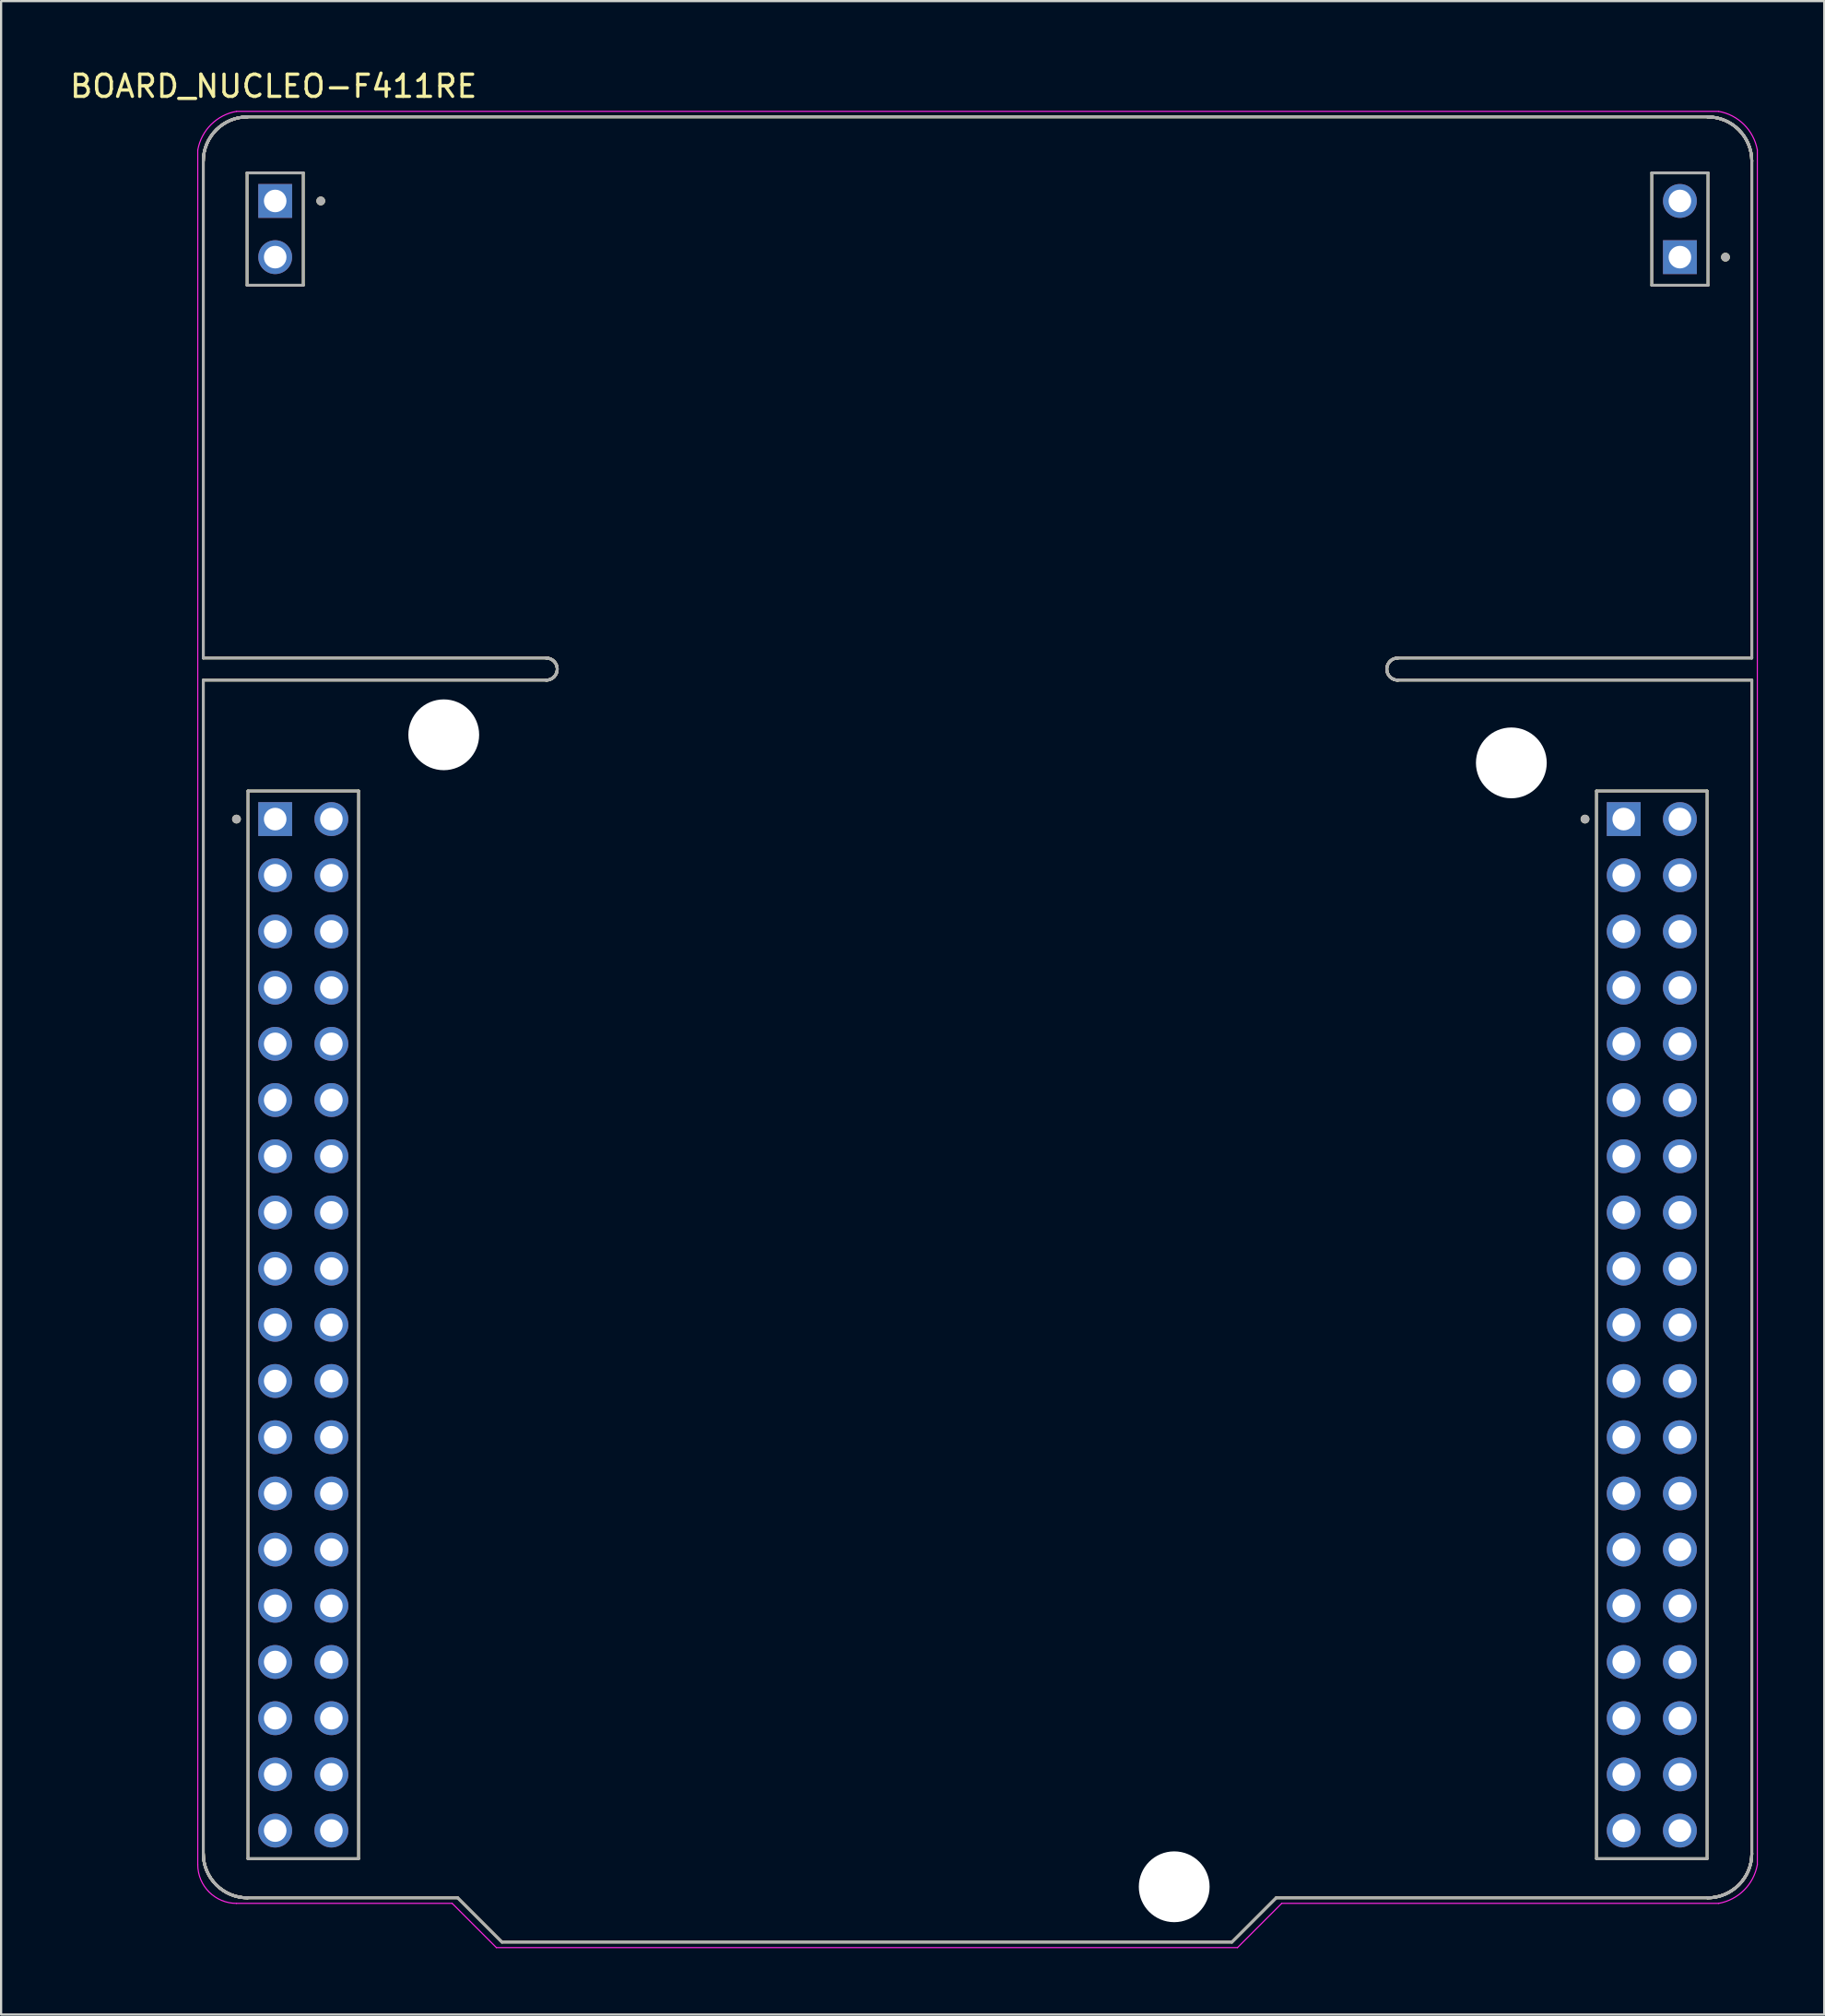
<source format=kicad_pcb>
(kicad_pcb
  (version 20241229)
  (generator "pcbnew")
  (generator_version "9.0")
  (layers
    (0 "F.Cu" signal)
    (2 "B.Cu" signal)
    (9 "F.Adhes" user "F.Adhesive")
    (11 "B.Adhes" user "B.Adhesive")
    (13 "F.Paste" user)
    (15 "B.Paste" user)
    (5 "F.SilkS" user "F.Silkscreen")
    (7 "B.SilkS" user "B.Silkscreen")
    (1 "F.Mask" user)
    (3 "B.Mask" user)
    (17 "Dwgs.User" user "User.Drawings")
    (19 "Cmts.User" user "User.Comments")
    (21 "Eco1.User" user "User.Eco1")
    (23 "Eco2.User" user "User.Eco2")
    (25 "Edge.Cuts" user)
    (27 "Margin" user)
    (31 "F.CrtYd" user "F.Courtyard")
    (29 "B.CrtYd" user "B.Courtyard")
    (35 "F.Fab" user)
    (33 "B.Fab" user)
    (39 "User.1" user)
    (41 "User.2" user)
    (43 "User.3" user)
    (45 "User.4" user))
  (footprint "BOARD_NUCLEO-F411RE"
    (layer "F.Cu")
    (at 41.14 43.483)
    (property "Reference" "BOARD_NUCLEO-F411RE" (at -31.825 -42.635 0) (layer "F.SilkS") (effects (font (size 1 1) (thickness 0.15))))
    (attr through_hole)
    (fp_line (start -35 -39.25) (end -35 -16.79) (stroke (width 0.127) (type solid)) (layer "F.SilkS"))
    (fp_line (start -35 -16.79) (end -19.5 -16.79) (stroke (width 0.127) (type solid)) (layer "F.SilkS"))
    (fp_line (start -35 -15.79) (end -35 37.25) (stroke (width 0.127) (type solid)) (layer "F.SilkS"))
    (fp_line (start -33.02 -38.72) (end -33.02 -33.64) (stroke (width 0.127) (type solid)) (layer "F.SilkS"))
    (fp_line (start -33.02 -33.64) (end -30.48 -33.64) (stroke (width 0.127) (type solid)) (layer "F.SilkS"))
    (fp_line (start -33 39.25) (end -23.5 39.25) (stroke (width 0.127) (type solid)) (layer "F.SilkS"))
    (fp_line (start -32.98 -10.78) (end -32.98 37.48) (stroke (width 0.127) (type solid)) (layer "F.SilkS"))
    (fp_line (start -32.98 37.48) (end -27.98 37.48) (stroke (width 0.127) (type solid)) (layer "F.SilkS"))
    (fp_line (start -30.48 -38.72) (end -33.02 -38.72) (stroke (width 0.127) (type solid)) (layer "F.SilkS"))
    (fp_line (start -30.48 -33.64) (end -30.48 -38.72) (stroke (width 0.127) (type solid)) (layer "F.SilkS"))
    (fp_line (start -27.98 -10.78) (end -32.98 -10.78) (stroke (width 0.127) (type solid)) (layer "F.SilkS"))
    (fp_line (start -27.98 37.48) (end -27.98 -10.78) (stroke (width 0.127) (type solid)) (layer "F.SilkS"))
    (fp_line (start -23.5 39.25) (end -21.5 41.25) (stroke (width 0.127) (type solid)) (layer "F.SilkS"))
    (fp_line (start -21.5 41.25) (end 11.5 41.25) (stroke (width 0.127) (type solid)) (layer "F.SilkS"))
    (fp_line (start -19.5 -15.79) (end -35 -15.79) (stroke (width 0.127) (type solid)) (layer "F.SilkS"))
    (fp_line (start 11.5 41.25) (end 13.5 39.25) (stroke (width 0.127) (type solid)) (layer "F.SilkS"))
    (fp_line (start 13.5 39.25) (end 33 39.25) (stroke (width 0.127) (type solid)) (layer "F.SilkS"))
    (fp_line (start 19 -16.79) (end 35 -16.79) (stroke (width 0.127) (type solid)) (layer "F.SilkS"))
    (fp_line (start 27.98 -10.78) (end 27.98 37.48) (stroke (width 0.127) (type solid)) (layer "F.SilkS"))
    (fp_line (start 27.98 37.48) (end 32.98 37.48) (stroke (width 0.127) (type solid)) (layer "F.SilkS"))
    (fp_line (start 30.48 -38.72) (end 30.48 -33.64) (stroke (width 0.127) (type solid)) (layer "F.SilkS"))
    (fp_line (start 30.48 -33.64) (end 33.02 -33.64) (stroke (width 0.127) (type solid)) (layer "F.SilkS"))
    (fp_line (start 32.98 -10.78) (end 27.98 -10.78) (stroke (width 0.127) (type solid)) (layer "F.SilkS"))
    (fp_line (start 32.98 37.48) (end 32.98 -10.78) (stroke (width 0.127) (type solid)) (layer "F.SilkS"))
    (fp_line (start 33 -41.25) (end -33 -41.25) (stroke (width 0.127) (type solid)) (layer "F.SilkS"))
    (fp_line (start 33.02 -38.72) (end 30.48 -38.72) (stroke (width 0.127) (type solid)) (layer "F.SilkS"))
    (fp_line (start 33.02 -33.64) (end 33.02 -38.72) (stroke (width 0.127) (type solid)) (layer "F.SilkS"))
    (fp_line (start 35 -16.79) (end 35 -39.25) (stroke (width 0.127) (type solid)) (layer "F.SilkS"))
    (fp_line (start 35 -15.79) (end 19 -15.79) (stroke (width 0.127) (type solid)) (layer "F.SilkS"))
    (fp_line (start 35 37.25) (end 35 -15.79) (stroke (width 0.127) (type solid)) (layer "F.SilkS"))
    (fp_arc (start -35 -39.25) (mid -34.414214 -40.664214) (end -33 -41.25) (stroke (width 0.127) (type solid)) (layer "F.SilkS"))
    (fp_arc (start -35 -39.25) (mid -34.414214 -40.664214) (end -33 -41.25) (stroke (width 0.127) (type solid)) (layer "F.SilkS"))
    (fp_arc (start -35 -39.25) (mid -34.414214 -40.664214) (end -33 -41.25) (stroke (width 0.127) (type solid)) (layer "F.SilkS"))
    (fp_arc (start -33 39.25) (mid -34.414214 38.664214) (end -35 37.25) (stroke (width 0.127) (type solid)) (layer "F.SilkS"))
    (fp_arc (start -33 39.25) (mid -34.414214 38.664214) (end -35 37.25) (stroke (width 0.127) (type solid)) (layer "F.SilkS"))
    (fp_arc (start -33 39.25) (mid -34.414214 38.664214) (end -35 37.25) (stroke (width 0.127) (type solid)) (layer "F.SilkS"))
    (fp_arc (start -19.5 -16.79) (mid -19 -16.29) (end -19.5 -15.79) (stroke (width 0.127) (type solid)) (layer "F.SilkS"))
    (fp_arc (start -19.5 -16.79) (mid -19 -16.29) (end -19.5 -15.79) (stroke (width 0.127) (type solid)) (layer "F.SilkS"))
    (fp_arc (start -19.5 -16.79) (mid -19 -16.29) (end -19.5 -15.79) (stroke (width 0.127) (type solid)) (layer "F.SilkS"))
    (fp_arc (start 19 -15.79) (mid 18.5 -16.29) (end 19 -16.79) (stroke (width 0.127) (type solid)) (layer "F.SilkS"))
    (fp_arc (start 19 -15.79) (mid 18.5 -16.29) (end 19 -16.79) (stroke (width 0.127) (type solid)) (layer "F.SilkS"))
    (fp_arc (start 19 -15.79) (mid 18.5 -16.29) (end 19 -16.79) (stroke (width 0.127) (type solid)) (layer "F.SilkS"))
    (fp_arc (start 33 -41.25) (mid 34.414214 -40.664214) (end 35 -39.25) (stroke (width 0.127) (type solid)) (layer "F.SilkS"))
    (fp_arc (start 33 -41.25) (mid 34.414214 -40.664214) (end 35 -39.25) (stroke (width 0.127) (type solid)) (layer "F.SilkS"))
    (fp_arc (start 33 -41.25) (mid 34.414214 -40.664214) (end 35 -39.25) (stroke (width 0.127) (type solid)) (layer "F.SilkS"))
    (fp_arc (start 35 37.25) (mid 34.414214 38.664214) (end 33 39.25) (stroke (width 0.127) (type solid)) (layer "F.SilkS"))
    (fp_arc (start 35 37.25) (mid 34.414214 38.664214) (end 33 39.25) (stroke (width 0.127) (type solid)) (layer "F.SilkS"))
    (fp_arc (start 35 37.25) (mid 34.414214 38.664214) (end 33 39.25) (stroke (width 0.127) (type solid)) (layer "F.SilkS"))
    (fp_circle (center -33.5 -9.51) (end -33.4 -9.51) (stroke (width 0.2) (type solid)) (fill no) (layer "F.SilkS"))
    (fp_circle (center -29.69 -37.45) (end -29.59 -37.45) (stroke (width 0.2) (type solid)) (fill no) (layer "F.SilkS"))
    (fp_circle (center 27.46 -9.51) (end 27.56 -9.51) (stroke (width 0.2) (type solid)) (fill no) (layer "F.SilkS"))
    (fp_circle (center 33.81 -34.91) (end 33.91 -34.91) (stroke (width 0.2) (type solid)) (fill no) (layer "F.SilkS"))
    (fp_line (start -35.25 37.75) (end -35.25 -39.75) (stroke (width 0.05) (type solid)) (layer "F.CrtYd"))
    (fp_line (start -33.5 -41.5) (end 33.5 -41.5) (stroke (width 0.05) (type solid)) (layer "F.CrtYd"))
    (fp_line (start -23.75 39.5) (end -33.5 39.5) (stroke (width 0.05) (type solid)) (layer "F.CrtYd"))
    (fp_line (start -21.75 41.5) (end -23.75 39.5) (stroke (width 0.05) (type solid)) (layer "F.CrtYd"))
    (fp_line (start 11.75 41.5) (end -21.75 41.5) (stroke (width 0.05) (type solid)) (layer "F.CrtYd"))
    (fp_line (start 13.75 39.5) (end 11.75 41.5) (stroke (width 0.05) (type solid)) (layer "F.CrtYd"))
    (fp_line (start 33.5 39.5) (end 13.75 39.5) (stroke (width 0.05) (type solid)) (layer "F.CrtYd"))
    (fp_line (start 35.25 -39.75) (end 35.25 37.75) (stroke (width 0.05) (type solid)) (layer "F.CrtYd"))
    (fp_arc (start -35.25 -39.749999) (mid -34.650887 -40.900886) (end -33.5 -41.5) (stroke (width 0.05) (type solid)) (layer "F.CrtYd"))
    (fp_arc (start -33.5 39.5) (mid -34.737437 38.987437) (end -35.25 37.75) (stroke (width 0.05) (type solid)) (layer "F.CrtYd"))
    (fp_arc (start 33.499999 -41.5) (mid 34.650886 -40.900887) (end 35.25 -39.75) (stroke (width 0.05) (type solid)) (layer "F.CrtYd"))
    (fp_arc (start 35.25 37.749999) (mid 34.650887 38.900886) (end 33.5 39.5) (stroke (width 0.05) (type solid)) (layer "F.CrtYd"))
    (fp_line (start -35 -39.25) (end -35 -16.79) (stroke (width 0.127) (type solid)) (layer "F.Fab"))
    (fp_line (start -35 -16.79) (end -19.5 -16.79) (stroke (width 0.127) (type solid)) (layer "F.Fab"))
    (fp_line (start -35 -15.79) (end -35 37.25) (stroke (width 0.127) (type solid)) (layer "F.Fab"))
    (fp_line (start -33.02 -38.72) (end -33.02 -33.64) (stroke (width 0.127) (type solid)) (layer "F.Fab"))
    (fp_line (start -33.02 -33.64) (end -30.48 -33.64) (stroke (width 0.127) (type solid)) (layer "F.Fab"))
    (fp_line (start -33 39.25) (end -23.5 39.25) (stroke (width 0.127) (type solid)) (layer "F.Fab"))
    (fp_line (start -32.98 -10.78) (end -32.98 37.48) (stroke (width 0.127) (type solid)) (layer "F.Fab"))
    (fp_line (start -32.98 37.48) (end -27.98 37.48) (stroke (width 0.127) (type solid)) (layer "F.Fab"))
    (fp_line (start -30.48 -38.72) (end -33.02 -38.72) (stroke (width 0.127) (type solid)) (layer "F.Fab"))
    (fp_line (start -30.48 -33.64) (end -30.48 -38.72) (stroke (width 0.127) (type solid)) (layer "F.Fab"))
    (fp_line (start -27.98 -10.78) (end -32.98 -10.78) (stroke (width 0.127) (type solid)) (layer "F.Fab"))
    (fp_line (start -27.98 37.48) (end -27.98 -10.78) (stroke (width 0.127) (type solid)) (layer "F.Fab"))
    (fp_line (start -23.5 39.25) (end -21.5 41.25) (stroke (width 0.127) (type solid)) (layer "F.Fab"))
    (fp_line (start -21.5 41.25) (end 11.5 41.25) (stroke (width 0.127) (type solid)) (layer "F.Fab"))
    (fp_line (start -19.5 -15.79) (end -35 -15.79) (stroke (width 0.127) (type solid)) (layer "F.Fab"))
    (fp_line (start 11.5 41.25) (end 13.5 39.25) (stroke (width 0.127) (type solid)) (layer "F.Fab"))
    (fp_line (start 13.5 39.25) (end 33 39.25) (stroke (width 0.127) (type solid)) (layer "F.Fab"))
    (fp_line (start 19 -16.79) (end 35 -16.79) (stroke (width 0.127) (type solid)) (layer "F.Fab"))
    (fp_line (start 27.98 -10.78) (end 27.98 37.48) (stroke (width 0.127) (type solid)) (layer "F.Fab"))
    (fp_line (start 27.98 37.48) (end 32.98 37.48) (stroke (width 0.127) (type solid)) (layer "F.Fab"))
    (fp_line (start 30.48 -38.72) (end 30.48 -33.64) (stroke (width 0.127) (type solid)) (layer "F.Fab"))
    (fp_line (start 30.48 -33.64) (end 33.02 -33.64) (stroke (width 0.127) (type solid)) (layer "F.Fab"))
    (fp_line (start 32.98 -10.78) (end 27.98 -10.78) (stroke (width 0.127) (type solid)) (layer "F.Fab"))
    (fp_line (start 32.98 37.48) (end 32.98 -10.78) (stroke (width 0.127) (type solid)) (layer "F.Fab"))
    (fp_line (start 33 -41.25) (end -33 -41.25) (stroke (width 0.127) (type solid)) (layer "F.Fab"))
    (fp_line (start 33.02 -38.72) (end 30.48 -38.72) (stroke (width 0.127) (type solid)) (layer "F.Fab"))
    (fp_line (start 33.02 -33.64) (end 33.02 -38.72) (stroke (width 0.127) (type solid)) (layer "F.Fab"))
    (fp_line (start 35 -16.79) (end 35 -39.25) (stroke (width 0.127) (type solid)) (layer "F.Fab"))
    (fp_line (start 35 -15.79) (end 19 -15.79) (stroke (width 0.127) (type solid)) (layer "F.Fab"))
    (fp_line (start 35 37.25) (end 35 -15.79) (stroke (width 0.127) (type solid)) (layer "F.Fab"))
    (fp_arc (start -35 -39.25) (mid -34.414214 -40.664214) (end -33 -41.25) (stroke (width 0.127) (type solid)) (layer "F.Fab"))
    (fp_arc (start -35 -39.25) (mid -34.414214 -40.664214) (end -33 -41.25) (stroke (width 0.127) (type solid)) (layer "F.Fab"))
    (fp_arc (start -35 -39.25) (mid -34.414214 -40.664214) (end -33 -41.25) (stroke (width 0.127) (type solid)) (layer "F.Fab"))
    (fp_arc (start -33 39.25) (mid -34.414214 38.664214) (end -35 37.25) (stroke (width 0.127) (type solid)) (layer "F.Fab"))
    (fp_arc (start -33 39.25) (mid -34.414214 38.664214) (end -35 37.25) (stroke (width 0.127) (type solid)) (layer "F.Fab"))
    (fp_arc (start -33 39.25) (mid -34.414214 38.664214) (end -35 37.25) (stroke (width 0.127) (type solid)) (layer "F.Fab"))
    (fp_arc (start -19.5 -16.79) (mid -19 -16.29) (end -19.5 -15.79) (stroke (width 0.127) (type solid)) (layer "F.Fab"))
    (fp_arc (start -19.5 -16.79) (mid -19 -16.29) (end -19.5 -15.79) (stroke (width 0.127) (type solid)) (layer "F.Fab"))
    (fp_arc (start -19.5 -16.79) (mid -19 -16.29) (end -19.5 -15.79) (stroke (width 0.127) (type solid)) (layer "F.Fab"))
    (fp_arc (start 19 -15.79) (mid 18.5 -16.29) (end 19 -16.79) (stroke (width 0.127) (type solid)) (layer "F.Fab"))
    (fp_arc (start 19 -15.79) (mid 18.5 -16.29) (end 19 -16.79) (stroke (width 0.127) (type solid)) (layer "F.Fab"))
    (fp_arc (start 19 -15.79) (mid 18.5 -16.29) (end 19 -16.79) (stroke (width 0.127) (type solid)) (layer "F.Fab"))
    (fp_arc (start 33 -41.25) (mid 34.414214 -40.664214) (end 35 -39.25) (stroke (width 0.127) (type solid)) (layer "F.Fab"))
    (fp_arc (start 33 -41.25) (mid 34.414214 -40.664214) (end 35 -39.25) (stroke (width 0.127) (type solid)) (layer "F.Fab"))
    (fp_arc (start 33 -41.25) (mid 34.414214 -40.664214) (end 35 -39.25) (stroke (width 0.127) (type solid)) (layer "F.Fab"))
    (fp_arc (start 35 37.25) (mid 34.414214 38.664214) (end 33 39.25) (stroke (width 0.127) (type solid)) (layer "F.Fab"))
    (fp_arc (start 35 37.25) (mid 34.414214 38.664214) (end 33 39.25) (stroke (width 0.127) (type solid)) (layer "F.Fab"))
    (fp_arc (start 35 37.25) (mid 34.414214 38.664214) (end 33 39.25) (stroke (width 0.127) (type solid)) (layer "F.Fab"))
    (fp_circle (center -33.5 -9.51) (end -33.4 -9.51) (stroke (width 0.2) (type solid)) (fill no) (layer "F.Fab"))
    (fp_circle (center -29.69 -37.45) (end -29.59 -37.45) (stroke (width 0.2) (type solid)) (fill no) (layer "F.Fab"))
    (fp_circle (center 27.46 -9.51) (end 27.56 -9.51) (stroke (width 0.2) (type solid)) (fill no) (layer "F.Fab"))
    (fp_circle (center 33.81 -34.91) (end 33.91 -34.91) (stroke (width 0.2) (type solid)) (fill no) (layer "F.Fab"))
    (pad "" np_thru_hole circle (at -24.13 -13.32) (size 3.2 3.2) (drill 3.2) (layers "*.Cu" "*.Mask"))
    (pad "" np_thru_hole circle (at 8.89 38.75) (size 3.2 3.2) (drill 3.2) (layers "*.Cu" "*.Mask"))
    (pad "" np_thru_hole circle (at 24.13 -12.05) (size 3.2 3.2) (drill 3.2) (layers "*.Cu" "*.Mask"))
    (pad "CN7_1" thru_hole rect (at -31.75 -9.51) (size 1.53 1.53) (drill 1.02) (layers "*.Cu" "*.Mask"))
    (pad "CN7_2" thru_hole circle (at -29.21 -9.51) (size 1.53 1.53) (drill 1.02) (layers "*.Cu" "*.Mask"))
    (pad "CN7_3" thru_hole circle (at -31.75 -6.97) (size 1.53 1.53) (drill 1.02) (layers "*.Cu" "*.Mask"))
    (pad "CN7_4" thru_hole circle (at -29.21 -6.97) (size 1.53 1.53) (drill 1.02) (layers "*.Cu" "*.Mask"))
    (pad "CN7_5" thru_hole circle (at -31.75 -4.43) (size 1.53 1.53) (drill 1.02) (layers "*.Cu" "*.Mask"))
    (pad "CN7_6" thru_hole circle (at -29.21 -4.43) (size 1.53 1.53) (drill 1.02) (layers "*.Cu" "*.Mask"))
    (pad "CN7_7" thru_hole circle (at -31.75 -1.89) (size 1.53 1.53) (drill 1.02) (layers "*.Cu" "*.Mask"))
    (pad "CN7_8" thru_hole circle (at -29.21 -1.89) (size 1.53 1.53) (drill 1.02) (layers "*.Cu" "*.Mask"))
    (pad "CN7_9" thru_hole circle (at -31.75 0.65) (size 1.53 1.53) (drill 1.02) (layers "*.Cu" "*.Mask"))
    (pad "CN7_10" thru_hole circle (at -29.21 0.65) (size 1.53 1.53) (drill 1.02) (layers "*.Cu" "*.Mask"))
    (pad "CN7_11" thru_hole circle (at -31.75 3.19) (size 1.53 1.53) (drill 1.02) (layers "*.Cu" "*.Mask"))
    (pad "CN7_12" thru_hole circle (at -29.21 3.19) (size 1.53 1.53) (drill 1.02) (layers "*.Cu" "*.Mask"))
    (pad "CN7_13" thru_hole circle (at -31.75 5.73) (size 1.53 1.53) (drill 1.02) (layers "*.Cu" "*.Mask"))
    (pad "CN7_14" thru_hole circle (at -29.21 5.73) (size 1.53 1.53) (drill 1.02) (layers "*.Cu" "*.Mask"))
    (pad "CN7_15" thru_hole circle (at -31.75 8.27) (size 1.53 1.53) (drill 1.02) (layers "*.Cu" "*.Mask"))
    (pad "CN7_16" thru_hole circle (at -29.21 8.27) (size 1.53 1.53) (drill 1.02) (layers "*.Cu" "*.Mask"))
    (pad "CN7_17" thru_hole circle (at -31.75 10.81) (size 1.53 1.53) (drill 1.02) (layers "*.Cu" "*.Mask"))
    (pad "CN7_18" thru_hole circle (at -29.21 10.81) (size 1.53 1.53) (drill 1.02) (layers "*.Cu" "*.Mask"))
    (pad "CN7_19" thru_hole circle (at -31.75 13.35) (size 1.53 1.53) (drill 1.02) (layers "*.Cu" "*.Mask"))
    (pad "CN7_20" thru_hole circle (at -29.21 13.35) (size 1.53 1.53) (drill 1.02) (layers "*.Cu" "*.Mask"))
    (pad "CN7_21" thru_hole circle (at -31.75 15.89) (size 1.53 1.53) (drill 1.02) (layers "*.Cu" "*.Mask"))
    (pad "CN7_22" thru_hole circle (at -29.21 15.89) (size 1.53 1.53) (drill 1.02) (layers "*.Cu" "*.Mask"))
    (pad "CN7_23" thru_hole circle (at -31.75 18.43) (size 1.53 1.53) (drill 1.02) (layers "*.Cu" "*.Mask"))
    (pad "CN7_24" thru_hole circle (at -29.21 18.43) (size 1.53 1.53) (drill 1.02) (layers "*.Cu" "*.Mask"))
    (pad "CN7_25" thru_hole circle (at -31.75 20.97) (size 1.53 1.53) (drill 1.02) (layers "*.Cu" "*.Mask"))
    (pad "CN7_26" thru_hole circle (at -29.21 20.97) (size 1.53 1.53) (drill 1.02) (layers "*.Cu" "*.Mask"))
    (pad "CN7_27" thru_hole circle (at -31.75 23.51) (size 1.53 1.53) (drill 1.02) (layers "*.Cu" "*.Mask"))
    (pad "CN7_28" thru_hole circle (at -29.21 23.51) (size 1.53 1.53) (drill 1.02) (layers "*.Cu" "*.Mask"))
    (pad "CN7_29" thru_hole circle (at -31.75 26.05) (size 1.53 1.53) (drill 1.02) (layers "*.Cu" "*.Mask"))
    (pad "CN7_30" thru_hole circle (at -29.21 26.05) (size 1.53 1.53) (drill 1.02) (layers "*.Cu" "*.Mask"))
    (pad "CN7_31" thru_hole circle (at -31.75 28.59) (size 1.53 1.53) (drill 1.02) (layers "*.Cu" "*.Mask"))
    (pad "CN7_32" thru_hole circle (at -29.21 28.59) (size 1.53 1.53) (drill 1.02) (layers "*.Cu" "*.Mask"))
    (pad "CN7_33" thru_hole circle (at -31.75 31.13) (size 1.53 1.53) (drill 1.02) (layers "*.Cu" "*.Mask"))
    (pad "CN7_34" thru_hole circle (at -29.21 31.13) (size 1.53 1.53) (drill 1.02) (layers "*.Cu" "*.Mask"))
    (pad "CN7_35" thru_hole circle (at -31.75 33.67) (size 1.53 1.53) (drill 1.02) (layers "*.Cu" "*.Mask"))
    (pad "CN7_36" thru_hole circle (at -29.21 33.67) (size 1.53 1.53) (drill 1.02) (layers "*.Cu" "*.Mask"))
    (pad "CN7_37" thru_hole circle (at -31.75 36.21) (size 1.53 1.53) (drill 1.02) (layers "*.Cu" "*.Mask"))
    (pad "CN7_38" thru_hole circle (at -29.21 36.21) (size 1.53 1.53) (drill 1.02) (layers "*.Cu" "*.Mask"))
    (pad "CN10_1" thru_hole rect (at 29.21 -9.51) (size 1.53 1.53) (drill 1.02) (layers "*.Cu" "*.Mask"))
    (pad "CN10_2" thru_hole circle (at 31.75 -9.51) (size 1.53 1.53) (drill 1.02) (layers "*.Cu" "*.Mask"))
    (pad "CN10_3" thru_hole circle (at 29.21 -6.97) (size 1.53 1.53) (drill 1.02) (layers "*.Cu" "*.Mask"))
    (pad "CN10_4" thru_hole circle (at 31.75 -6.97) (size 1.53 1.53) (drill 1.02) (layers "*.Cu" "*.Mask"))
    (pad "CN10_5" thru_hole circle (at 29.21 -4.43) (size 1.53 1.53) (drill 1.02) (layers "*.Cu" "*.Mask"))
    (pad "CN10_6" thru_hole circle (at 31.75 -4.43) (size 1.53 1.53) (drill 1.02) (layers "*.Cu" "*.Mask"))
    (pad "CN10_7" thru_hole circle (at 29.21 -1.89) (size 1.53 1.53) (drill 1.02) (layers "*.Cu" "*.Mask"))
    (pad "CN10_8" thru_hole circle (at 31.75 -1.89) (size 1.53 1.53) (drill 1.02) (layers "*.Cu" "*.Mask"))
    (pad "CN10_9" thru_hole circle (at 29.21 0.65) (size 1.53 1.53) (drill 1.02) (layers "*.Cu" "*.Mask"))
    (pad "CN10_10" thru_hole circle (at 31.75 0.65) (size 1.53 1.53) (drill 1.02) (layers "*.Cu" "*.Mask"))
    (pad "CN10_11" thru_hole circle (at 29.21 3.19) (size 1.53 1.53) (drill 1.02) (layers "*.Cu" "*.Mask"))
    (pad "CN10_12" thru_hole circle (at 31.75 3.19) (size 1.53 1.53) (drill 1.02) (layers "*.Cu" "*.Mask"))
    (pad "CN10_13" thru_hole circle (at 29.21 5.73) (size 1.53 1.53) (drill 1.02) (layers "*.Cu" "*.Mask"))
    (pad "CN10_14" thru_hole circle (at 31.75 5.73) (size 1.53 1.53) (drill 1.02) (layers "*.Cu" "*.Mask"))
    (pad "CN10_15" thru_hole circle (at 29.21 8.27) (size 1.53 1.53) (drill 1.02) (layers "*.Cu" "*.Mask"))
    (pad "CN10_16" thru_hole circle (at 31.75 8.27) (size 1.53 1.53) (drill 1.02) (layers "*.Cu" "*.Mask"))
    (pad "CN10_17" thru_hole circle (at 29.21 10.81) (size 1.53 1.53) (drill 1.02) (layers "*.Cu" "*.Mask"))
    (pad "CN10_18" thru_hole circle (at 31.75 10.81) (size 1.53 1.53) (drill 1.02) (layers "*.Cu" "*.Mask"))
    (pad "CN10_19" thru_hole circle (at 29.21 13.35) (size 1.53 1.53) (drill 1.02) (layers "*.Cu" "*.Mask"))
    (pad "CN10_20" thru_hole circle (at 31.75 13.35) (size 1.53 1.53) (drill 1.02) (layers "*.Cu" "*.Mask"))
    (pad "CN10_21" thru_hole circle (at 29.21 15.89) (size 1.53 1.53) (drill 1.02) (layers "*.Cu" "*.Mask"))
    (pad "CN10_22" thru_hole circle (at 31.75 15.89) (size 1.53 1.53) (drill 1.02) (layers "*.Cu" "*.Mask"))
    (pad "CN10_23" thru_hole circle (at 29.21 18.43) (size 1.53 1.53) (drill 1.02) (layers "*.Cu" "*.Mask"))
    (pad "CN10_24" thru_hole circle (at 31.75 18.43) (size 1.53 1.53) (drill 1.02) (layers "*.Cu" "*.Mask"))
    (pad "CN10_25" thru_hole circle (at 29.21 20.97) (size 1.53 1.53) (drill 1.02) (layers "*.Cu" "*.Mask"))
    (pad "CN10_26" thru_hole circle (at 31.75 20.97) (size 1.53 1.53) (drill 1.02) (layers "*.Cu" "*.Mask"))
    (pad "CN10_27" thru_hole circle (at 29.21 23.51) (size 1.53 1.53) (drill 1.02) (layers "*.Cu" "*.Mask"))
    (pad "CN10_28" thru_hole circle (at 31.75 23.51) (size 1.53 1.53) (drill 1.02) (layers "*.Cu" "*.Mask"))
    (pad "CN10_29" thru_hole circle (at 29.21 26.05) (size 1.53 1.53) (drill 1.02) (layers "*.Cu" "*.Mask"))
    (pad "CN10_30" thru_hole circle (at 31.75 26.05) (size 1.53 1.53) (drill 1.02) (layers "*.Cu" "*.Mask"))
    (pad "CN10_31" thru_hole circle (at 29.21 28.59) (size 1.53 1.53) (drill 1.02) (layers "*.Cu" "*.Mask"))
    (pad "CN10_32" thru_hole circle (at 31.75 28.59) (size 1.53 1.53) (drill 1.02) (layers "*.Cu" "*.Mask"))
    (pad "CN10_33" thru_hole circle (at 29.21 31.13) (size 1.53 1.53) (drill 1.02) (layers "*.Cu" "*.Mask"))
    (pad "CN10_34" thru_hole circle (at 31.75 31.13) (size 1.53 1.53) (drill 1.02) (layers "*.Cu" "*.Mask"))
    (pad "CN10_35" thru_hole circle (at 29.21 33.67) (size 1.53 1.53) (drill 1.02) (layers "*.Cu" "*.Mask"))
    (pad "CN10_36" thru_hole circle (at 31.75 33.67) (size 1.53 1.53) (drill 1.02) (layers "*.Cu" "*.Mask"))
    (pad "CN10_37" thru_hole circle (at 29.21 36.21) (size 1.53 1.53) (drill 1.02) (layers "*.Cu" "*.Mask"))
    (pad "CN10_38" thru_hole circle (at 31.75 36.21) (size 1.53 1.53) (drill 1.02) (layers "*.Cu" "*.Mask"))
    (pad "CN11_1" thru_hole rect (at 31.75 -34.91) (size 1.53 1.53) (drill 1.02) (layers "*.Cu" "*.Mask"))
    (pad "CN11_2" thru_hole circle (at 31.75 -37.45) (size 1.53 1.53) (drill 1.02) (layers "*.Cu" "*.Mask"))
    (pad "CN12_1" thru_hole rect (at -31.75 -37.45) (size 1.53 1.53) (drill 1.02) (layers "*.Cu" "*.Mask"))
    (pad "CN12_2" thru_hole circle (at -31.75 -34.91) (size 1.53 1.53) (drill 1.02) (layers "*.Cu" "*.Mask")))
  (gr_rect
    (start -3 -3)
    (end 79.415 88.008)
    (stroke (width 0.1) (type default))
    (fill no)
    (layer "Edge.Cuts")))
</source>
